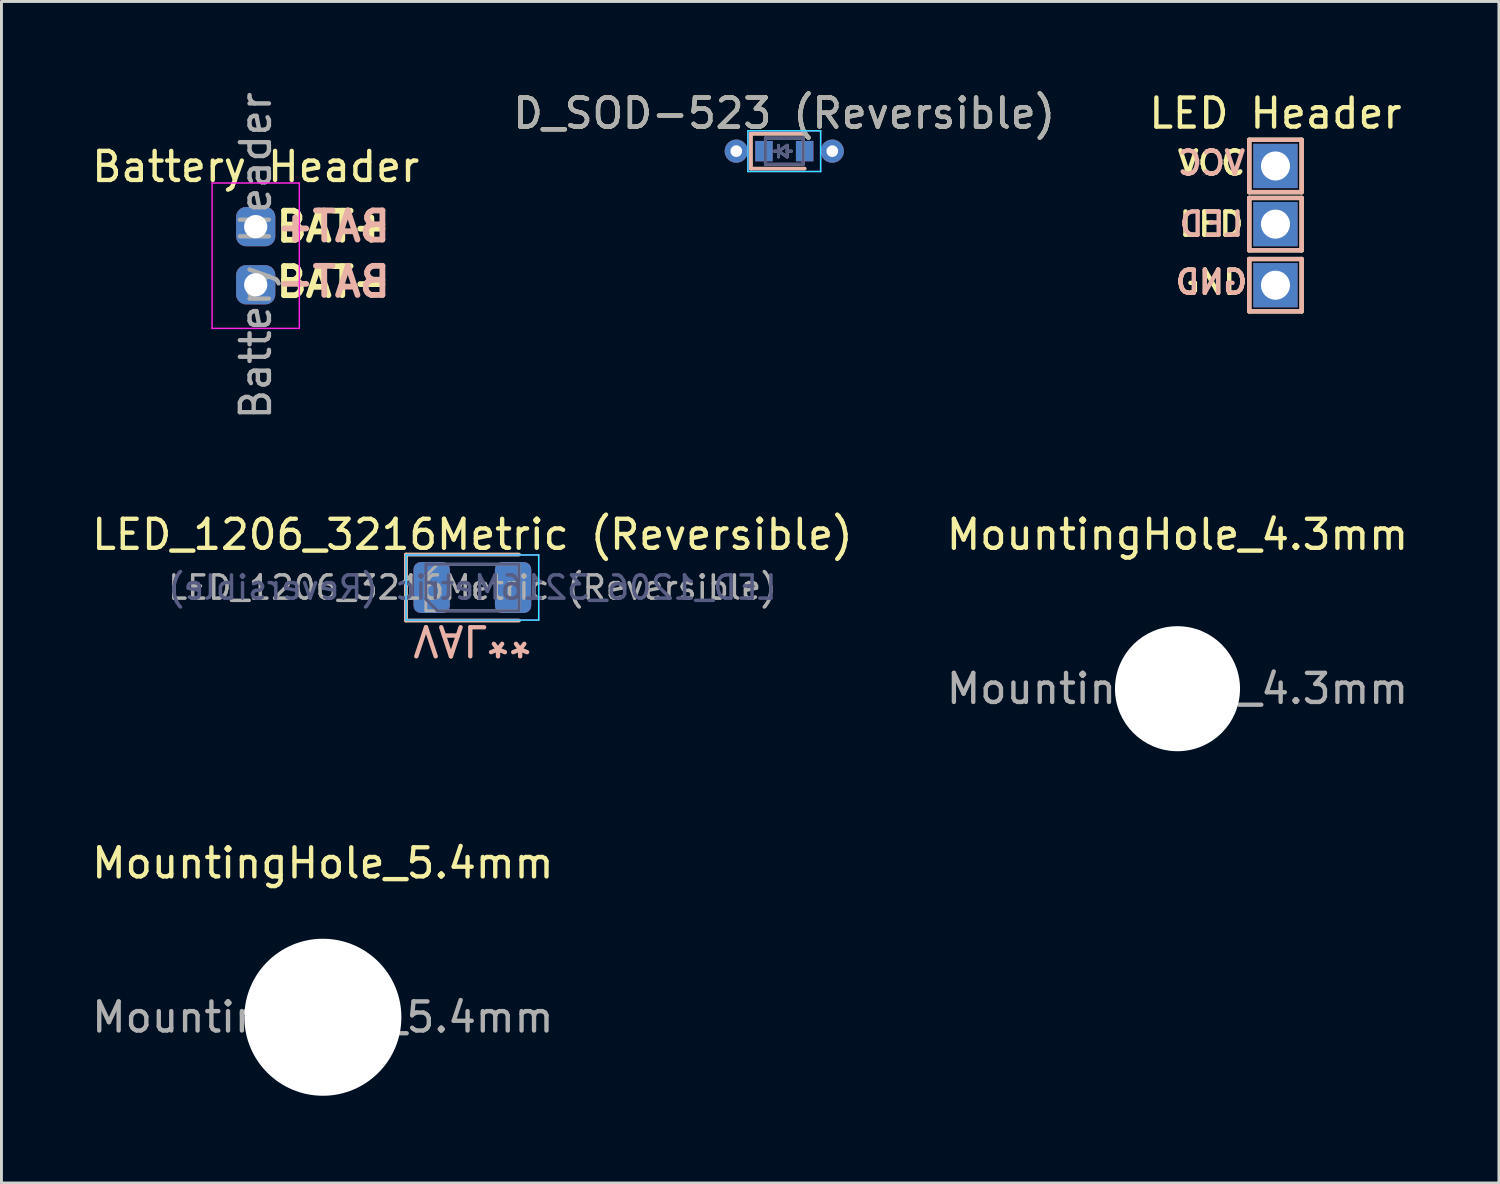
<source format=kicad_pcb>
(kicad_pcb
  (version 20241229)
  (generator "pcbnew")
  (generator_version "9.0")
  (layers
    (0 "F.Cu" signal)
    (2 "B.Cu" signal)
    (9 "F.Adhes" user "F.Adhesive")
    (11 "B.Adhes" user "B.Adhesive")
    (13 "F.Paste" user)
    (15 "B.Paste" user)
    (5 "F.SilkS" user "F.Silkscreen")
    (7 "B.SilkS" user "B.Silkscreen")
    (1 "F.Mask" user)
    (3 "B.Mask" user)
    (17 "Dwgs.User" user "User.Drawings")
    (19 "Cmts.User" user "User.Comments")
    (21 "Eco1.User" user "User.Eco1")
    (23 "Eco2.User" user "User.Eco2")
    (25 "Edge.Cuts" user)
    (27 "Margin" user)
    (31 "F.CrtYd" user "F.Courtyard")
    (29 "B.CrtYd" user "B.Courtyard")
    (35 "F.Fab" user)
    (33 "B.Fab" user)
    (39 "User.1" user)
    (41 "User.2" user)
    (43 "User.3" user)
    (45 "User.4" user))
  (footprint "MountingHole_4.3mm"
    (layer "F.Cu")
    (at 37.446 20.636)
    (property "Reference" "MountingHole_4.3mm" (at 0 -5.3 0) (layer "F.SilkS") (effects (font (size 1 1) (thickness 0.15))))
    (attr exclude_from_pos_files exclude_from_bom)
    (fp_text user "${REFERENCE}" (at 0 0 0) (layer "F.Fab") (effects (font (size 1 1) (thickness 0.15))))
    (pad "" np_thru_hole circle (at 0 0) (size 4.3 4.3) (drill 4.3) (layers "*.Cu" "*.Mask")))
  (footprint "MountingHole_5.4mm"
    (layer "F.Cu")
    (at 8.054 31.935)
    (property "Reference" "MountingHole_5.4mm" (at 0 -5.3 0) (layer "F.SilkS") (effects (font (size 1 1) (thickness 0.15))))
    (attr exclude_from_pos_files exclude_from_bom)
    (fp_text user "${REFERENCE}" (at 0 0 0) (layer "F.Fab") (effects (font (size 1 1) (thickness 0.15))))
    (pad "" np_thru_hole circle (at 0 0) (size 5.4 5.4) (drill 5.4) (layers "*.Cu" "*.Mask")))
  (footprint "Battery Header"
    (layer "F.Cu")
    (at 5.744 4.744)
    (property "Reference" "Battery Header" (at 0 -2.06 0) (layer "F.SilkS") (effects (font (size 1 1) (thickness 0.15))))
    (attr through_hole)
    (fp_line (start -1.5 -1.5) (end -1.5 3.5) (stroke (width 0.05) (type solid)) (layer "F.CrtYd"))
    (fp_line (start -1.5 3.5) (end 1.5 3.5) (stroke (width 0.05) (type solid)) (layer "F.CrtYd"))
    (fp_line (start 1.5 -1.5) (end -1.5 -1.5) (stroke (width 0.05) (type solid)) (layer "F.CrtYd"))
    (fp_line (start 1.5 3.5) (end 1.5 -1.5) (stroke (width 0.05) (type solid)) (layer "F.CrtYd"))
    (fp_text user "BAT-" (at 2.667 1.905 0) (unlocked yes) (layer "F.SilkS") (effects (font (size 1 1) (thickness 0.2))))
    (fp_text user "BAT+" (at 2.667 0 0) (unlocked yes) (layer "F.SilkS") (effects (font (size 1 1) (thickness 0.2))))
    (fp_text user "BAT+" (at 2.667 -0.008 0) (unlocked yes) (layer "B.SilkS") (effects (font (size 1 1) (thickness 0.2)) (justify mirror)))
    (fp_text user "BAT-" (at 2.667 1.897 0) (unlocked yes) (layer "B.SilkS") (effects (font (size 1 1) (thickness 0.2)) (justify mirror)))
    (fp_text user "${REFERENCE}" (at 0 1 90) (layer "F.Fab") (effects (font (size 1 1) (thickness 0.15))))
    (pad "1" thru_hole roundrect (at 0 0) (size 1.35 1.35) (drill 0.8) (layers "*.Cu" "*.Mask") (roundrect_rratio 0.25))
    (pad "2" thru_hole roundrect (at 0 2) (size 1.35 1.35) (drill 0.8) (layers "*.Cu" "*.Mask") (roundrect_rratio 0.25)))
  (footprint "D_SOD-523 (Reversible)"
    (layer "F.Cu")
    (at 23.923 2.148)
    (property "Reference" "D_SOD-523 (Reversible)" (at 0 -1.3 0) (layer "F.SilkS") (effects (font (size 1 1) (thickness 0.15))))
    (attr smd)
    (fp_line (start -1.15 -0.6) (end -1.15 0.6) (stroke (width 0.12) (type solid)) (layer "F.SilkS"))
    (fp_line (start 0.7 -0.6) (end -1.15 -0.6) (stroke (width 0.12) (type solid)) (layer "F.SilkS"))
    (fp_line (start 0.7 0.6) (end -1.15 0.6) (stroke (width 0.12) (type solid)) (layer "F.SilkS"))
    (fp_line (start -1.15 0.6) (end -1.15 -0.6) (stroke (width 0.12) (type solid)) (layer "B.SilkS"))
    (fp_line (start 0.7 -0.6) (end -1.15 -0.6) (stroke (width 0.12) (type solid)) (layer "B.SilkS"))
    (fp_line (start 0.7 0.6) (end -1.15 0.6) (stroke (width 0.12) (type solid)) (layer "B.SilkS"))
    (fp_line (start -1.25 -0.7) (end -1.25 0.7) (stroke (width 0.05) (type solid)) (layer "B.CrtYd"))
    (fp_line (start -1.25 0.7) (end 1.25 0.7) (stroke (width 0.05) (type solid)) (layer "B.CrtYd"))
    (fp_line (start 1.25 -0.7) (end -1.25 -0.7) (stroke (width 0.05) (type solid)) (layer "B.CrtYd"))
    (fp_line (start 1.25 0.7) (end 1.25 -0.7) (stroke (width 0.05) (type solid)) (layer "B.CrtYd"))
    (fp_line (start -1.25 -0.7) (end 1.25 -0.7) (stroke (width 0.05) (type solid)) (layer "F.CrtYd"))
    (fp_line (start -1.25 0.7) (end -1.25 -0.7) (stroke (width 0.05) (type solid)) (layer "F.CrtYd"))
    (fp_line (start 1.25 -0.7) (end 1.25 0.7) (stroke (width 0.05) (type solid)) (layer "F.CrtYd"))
    (fp_line (start 1.25 0.7) (end -1.25 0.7) (stroke (width 0.05) (type solid)) (layer "F.CrtYd"))
    (fp_line (start -0.65 -0.45) (end -0.65 0.45) (stroke (width 0.1) (type solid)) (layer "B.Fab"))
    (fp_line (start -0.65 0.45) (end 0.65 0.45) (stroke (width 0.1) (type solid)) (layer "B.Fab"))
    (fp_line (start -0.2 -0.2) (end -0.2 0.2) (stroke (width 0.1) (type solid)) (layer "B.Fab"))
    (fp_line (start -0.2 0) (end -0.35 0) (stroke (width 0.1) (type solid)) (layer "B.Fab"))
    (fp_line (start -0.2 0) (end 0.1 -0.2) (stroke (width 0.1) (type solid)) (layer "B.Fab"))
    (fp_line (start 0.1 -0.2) (end 0.1 0.2) (stroke (width 0.1) (type solid)) (layer "B.Fab"))
    (fp_line (start 0.1 0) (end 0.25 0) (stroke (width 0.1) (type solid)) (layer "B.Fab"))
    (fp_line (start 0.1 0.2) (end -0.2 0) (stroke (width 0.1) (type solid)) (layer "B.Fab"))
    (fp_line (start 0.65 -0.45) (end -0.65 -0.45) (stroke (width 0.1) (type solid)) (layer "B.Fab"))
    (fp_line (start 0.65 0.45) (end 0.65 -0.45) (stroke (width 0.1) (type solid)) (layer "B.Fab"))
    (fp_line (start -0.65 -0.45) (end 0.65 -0.45) (stroke (width 0.1) (type solid)) (layer "F.Fab"))
    (fp_line (start -0.65 0.45) (end -0.65 -0.45) (stroke (width 0.1) (type solid)) (layer "F.Fab"))
    (fp_line (start -0.2 0) (end -0.35 0) (stroke (width 0.1) (type solid)) (layer "F.Fab"))
    (fp_line (start -0.2 0) (end 0.1 0.2) (stroke (width 0.1) (type solid)) (layer "F.Fab"))
    (fp_line (start -0.2 0.2) (end -0.2 -0.2) (stroke (width 0.1) (type solid)) (layer "F.Fab"))
    (fp_line (start 0.1 -0.2) (end -0.2 0) (stroke (width 0.1) (type solid)) (layer "F.Fab"))
    (fp_line (start 0.1 0) (end 0.25 0) (stroke (width 0.1) (type solid)) (layer "F.Fab"))
    (fp_line (start 0.1 0.2) (end 0.1 -0.2) (stroke (width 0.1) (type solid)) (layer "F.Fab"))
    (fp_line (start 0.65 -0.45) (end 0.65 0.45) (stroke (width 0.1) (type solid)) (layer "F.Fab"))
    (fp_line (start 0.65 0.45) (end -0.65 0.45) (stroke (width 0.1) (type solid)) (layer "F.Fab"))
    (fp_text user "${REFERENCE}" (at 0 -1.3 0) (layer "F.Fab") (effects (font (size 1 1) (thickness 0.15))))
    (pad "1" thru_hole circle (at -1.651 0) (size 0.8 0.8) (drill 0.4) (layers "*.Cu"))
    (pad "1" smd rect (at -0.7 0 180) (size 0.6 0.7) (layers "F.Cu" "F.Mask" "F.Paste"))
    (pad "1" smd rect (at -0.7 0) (size 0.6 0.7) (layers "B.Cu" "B.Mask" "B.Paste"))
    (pad "2" smd rect (at 0.7 0 180) (size 0.6 0.7) (layers "F.Cu" "F.Mask" "F.Paste"))
    (pad "2" smd rect (at 0.7 0) (size 0.6 0.7) (layers "B.Cu" "B.Mask" "B.Paste"))
    (pad "2" thru_hole circle (at 1.651 0) (size 0.8 0.8) (drill 0.4) (layers "*.Cu")))
  (footprint "LED Header"
    (layer "F.Cu")
    (at 40.815 4.658)
    (property "Reference" "LED Header" (at 0 -3.81 0) (unlocked yes) (layer "F.SilkS") (effects (font (size 1 1) (thickness 0.15))))
    (attr through_hole)
    (fp_line (start -0.9 -2.9) (end 0.9 -2.9) (stroke (width 0.15) (type solid)) (layer "F.SilkS"))
    (fp_line (start -0.9 -1.1) (end -0.9 -2.9) (stroke (width 0.15) (type solid)) (layer "F.SilkS"))
    (fp_line (start -0.9 -0.9) (end -0.9 0.9) (stroke (width 0.15) (type solid)) (layer "F.SilkS"))
    (fp_line (start -0.9 -0.9) (end 0.9 -0.9) (stroke (width 0.15) (type solid)) (layer "F.SilkS"))
    (fp_line (start -0.9 1.2) (end -0.9 3) (stroke (width 0.15) (type solid)) (layer "F.SilkS"))
    (fp_line (start -0.9 1.2) (end 0.9 1.2) (stroke (width 0.15) (type solid)) (layer "F.SilkS"))
    (fp_line (start 0.9 -2.9) (end 0.9 -1.1) (stroke (width 0.15) (type solid)) (layer "F.SilkS"))
    (fp_line (start 0.9 -1.1) (end -0.9 -1.1) (stroke (width 0.15) (type solid)) (layer "F.SilkS"))
    (fp_line (start 0.9 -0.9) (end 0.9 0.9) (stroke (width 0.15) (type solid)) (layer "F.SilkS"))
    (fp_line (start 0.9 0.9) (end -0.9 0.9) (stroke (width 0.15) (type solid)) (layer "F.SilkS"))
    (fp_line (start 0.9 1.2) (end 0.9 3) (stroke (width 0.15) (type solid)) (layer "F.SilkS"))
    (fp_line (start 0.9 3) (end -0.9 3) (stroke (width 0.15) (type solid)) (layer "F.SilkS"))
    (fp_line (start -0.9 -2.9) (end 0.9 -2.9) (stroke (width 0.15) (type solid)) (layer "B.SilkS"))
    (fp_line (start -0.9 -1.1) (end -0.9 -2.9) (stroke (width 0.15) (type solid)) (layer "B.SilkS"))
    (fp_line (start -0.9 -0.9) (end 0.9 -0.9) (stroke (width 0.15) (type solid)) (layer "B.SilkS"))
    (fp_line (start -0.9 0.9) (end -0.9 -0.9) (stroke (width 0.15) (type solid)) (layer "B.SilkS"))
    (fp_line (start -0.9 1.2) (end 0.9 1.2) (stroke (width 0.15) (type solid)) (layer "B.SilkS"))
    (fp_line (start -0.9 3) (end -0.9 1.2) (stroke (width 0.15) (type solid)) (layer "B.SilkS"))
    (fp_line (start 0.9 -2.9) (end 0.9 -1.1) (stroke (width 0.15) (type solid)) (layer "B.SilkS"))
    (fp_line (start 0.9 -1.1) (end -0.9 -1.1) (stroke (width 0.15) (type solid)) (layer "B.SilkS"))
    (fp_line (start 0.9 -0.9) (end 0.9 0.9) (stroke (width 0.15) (type solid)) (layer "B.SilkS"))
    (fp_line (start 0.9 0.9) (end -0.9 0.9) (stroke (width 0.15) (type solid)) (layer "B.SilkS"))
    (fp_line (start 0.9 1.2) (end 0.9 3) (stroke (width 0.15) (type solid)) (layer "B.SilkS"))
    (fp_line (start 0.9 3) (end -0.9 3) (stroke (width 0.15) (type solid)) (layer "B.SilkS"))
    (fp_text user "LED" (at -2.2 0 180) (layer "F.SilkS") (effects (font (size 0.8 0.8) (thickness 0.15))))
    (fp_text user "VCC" (at -2.2 -2.1 0) (layer "F.SilkS") (effects (font (size 0.8 0.8) (thickness 0.15))))
    (fp_text user "GND" (at -2.2 2 0) (layer "F.SilkS") (effects (font (size 0.8 0.8) (thickness 0.15))))
    (fp_text user "GND" (at -2.2 2 0) (layer "B.SilkS") (effects (font (size 0.8 0.8) (thickness 0.15)) (justify mirror)))
    (fp_text user "VCC" (at -2.2 -2.1 0) (layer "B.SilkS") (effects (font (size 0.8 0.8) (thickness 0.15)) (justify mirror)))
    (fp_text user "LED" (at -2.2 0 0) (layer "B.SilkS") (effects (font (size 0.8 0.8) (thickness 0.15)) (justify mirror)))
    (pad "1" thru_hole rect (at 0 -2) (size 1.524 1.524) (drill 1) (layers "*.Cu" "*.Mask"))
    (pad "2" thru_hole rect (at 0 0) (size 1.524 1.524) (drill 1) (layers "*.Cu" "*.Mask"))
    (pad "3" thru_hole rect (at 0 2.1) (size 1.524 1.524) (drill 1) (layers "*.Cu" "*.Mask")))
  (footprint "LED_1206_3216Metric (Reversible)"
    (layer "F.Cu")
    (at 13.196 17.156)
    (property "Reference" "LED_1206_3216Metric (Reversible)" (at 0 -1.82 0) (layer "F.SilkS") (effects (font (size 1 1) (thickness 0.15))))
    (attr smd)
    (fp_line (start -2.285 -1.135) (end -2.285 1.135) (stroke (width 0.12) (type solid)) (layer "F.SilkS"))
    (fp_line (start -2.285 1.135) (end 1.6 1.135) (stroke (width 0.12) (type solid)) (layer "F.SilkS"))
    (fp_line (start 1.6 -1.135) (end -2.285 -1.135) (stroke (width 0.12) (type solid)) (layer "F.SilkS"))
    (fp_line (start -2.285 -1.135) (end 1.6 -1.135) (stroke (width 0.12) (type solid)) (layer "B.SilkS"))
    (fp_line (start -2.285 1.135) (end -2.285 -1.135) (stroke (width 0.12) (type solid)) (layer "B.SilkS"))
    (fp_line (start 1.6 1.135) (end -2.285 1.135) (stroke (width 0.12) (type solid)) (layer "B.SilkS"))
    (fp_line (start -2.28 -1.12) (end -2.28 1.12) (stroke (width 0.05) (type solid)) (layer "B.CrtYd"))
    (fp_line (start -2.28 1.12) (end 2.28 1.12) (stroke (width 0.05) (type solid)) (layer "B.CrtYd"))
    (fp_line (start 2.28 -1.12) (end -2.28 -1.12) (stroke (width 0.05) (type solid)) (layer "B.CrtYd"))
    (fp_line (start 2.28 1.12) (end 2.28 -1.12) (stroke (width 0.05) (type solid)) (layer "B.CrtYd"))
    (fp_line (start -2.28 -1.12) (end 2.28 -1.12) (stroke (width 0.05) (type solid)) (layer "F.CrtYd"))
    (fp_line (start -2.28 1.12) (end -2.28 -1.12) (stroke (width 0.05) (type solid)) (layer "F.CrtYd"))
    (fp_line (start 2.28 -1.12) (end 2.28 1.12) (stroke (width 0.05) (type solid)) (layer "F.CrtYd"))
    (fp_line (start 2.28 1.12) (end -2.28 1.12) (stroke (width 0.05) (type solid)) (layer "F.CrtYd"))
    (fp_line (start -1.6 -0.8) (end 1.6 -0.8) (stroke (width 0.1) (type solid)) (layer "B.Fab"))
    (fp_line (start -1.6 0.4) (end -1.6 -0.8) (stroke (width 0.1) (type solid)) (layer "B.Fab"))
    (fp_line (start -1.2 0.8) (end -1.6 0.4) (stroke (width 0.1) (type solid)) (layer "B.Fab"))
    (fp_line (start 1.6 -0.8) (end 1.6 0.8) (stroke (width 0.1) (type solid)) (layer "B.Fab"))
    (fp_line (start 1.6 0.8) (end -1.2 0.8) (stroke (width 0.1) (type solid)) (layer "B.Fab"))
    (fp_line (start -1.6 -0.4) (end -1.6 0.8) (stroke (width 0.1) (type solid)) (layer "F.Fab"))
    (fp_line (start -1.6 0.8) (end 1.6 0.8) (stroke (width 0.1) (type solid)) (layer "F.Fab"))
    (fp_line (start -1.2 -0.8) (end -1.6 -0.4) (stroke (width 0.1) (type solid)) (layer "F.Fab"))
    (fp_line (start 1.6 -0.8) (end -1.2 -0.8) (stroke (width 0.1) (type solid)) (layer "F.Fab"))
    (fp_line (start 1.6 0.8) (end 1.6 -0.8) (stroke (width 0.1) (type solid)) (layer "F.Fab"))
    (fp_text user "VAL**" (at 0 1.82 180) (unlocked yes) (layer "B.SilkS") (effects (font (size 1 1) (thickness 0.15)) (justify mirror)))
    (fp_text user "${REFERENCE}" (at 0 0 180) (layer "B.Fab") (effects (font (size 0.8 0.8) (thickness 0.12)) (justify mirror)))
    (fp_text user "${REFERENCE}" (at 0 0 0) (layer "F.Fab") (effects (font (size 0.8 0.8) (thickness 0.12))))
    (pad "1" smd roundrect (at -1.4 0) (size 1.25 1.75) (layers "F.Cu" "F.Mask" "F.Paste") (roundrect_rratio 0.2))
    (pad "1" smd roundrect (at -1.4 0 180) (size 1.25 1.75) (layers "B.Cu" "B.Mask" "B.Paste") (roundrect_rratio 0.2))
    (pad "2" smd roundrect (at 1.4 0) (size 1.25 1.75) (layers "F.Cu" "F.Mask" "F.Paste") (roundrect_rratio 0.2))
    (pad "2" smd roundrect (at 1.4 0 180) (size 1.25 1.75) (layers "B.Cu" "B.Mask" "B.Paste") (roundrect_rratio 0.2)))
  (gr_rect
    (start -3 -3)
    (end 48.5 37.635)
    (stroke (width 0.1) (type default))
    (fill no)
    (layer "Edge.Cuts")))
</source>
